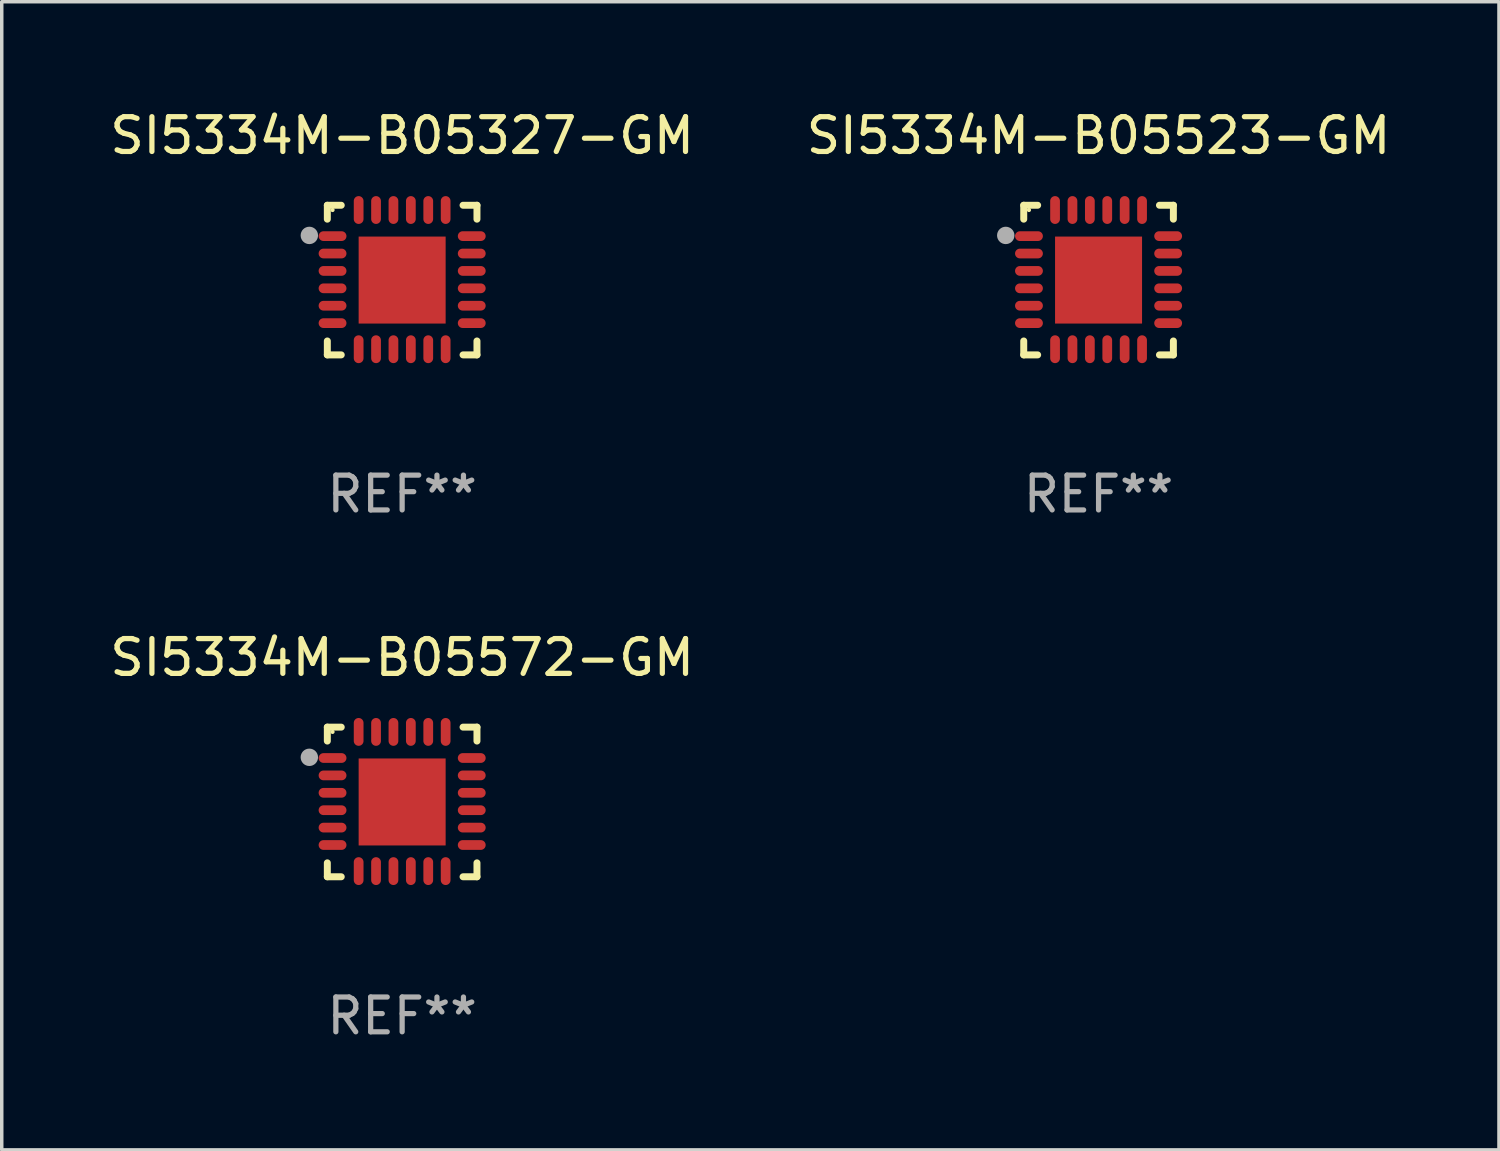
<source format=kicad_pcb>
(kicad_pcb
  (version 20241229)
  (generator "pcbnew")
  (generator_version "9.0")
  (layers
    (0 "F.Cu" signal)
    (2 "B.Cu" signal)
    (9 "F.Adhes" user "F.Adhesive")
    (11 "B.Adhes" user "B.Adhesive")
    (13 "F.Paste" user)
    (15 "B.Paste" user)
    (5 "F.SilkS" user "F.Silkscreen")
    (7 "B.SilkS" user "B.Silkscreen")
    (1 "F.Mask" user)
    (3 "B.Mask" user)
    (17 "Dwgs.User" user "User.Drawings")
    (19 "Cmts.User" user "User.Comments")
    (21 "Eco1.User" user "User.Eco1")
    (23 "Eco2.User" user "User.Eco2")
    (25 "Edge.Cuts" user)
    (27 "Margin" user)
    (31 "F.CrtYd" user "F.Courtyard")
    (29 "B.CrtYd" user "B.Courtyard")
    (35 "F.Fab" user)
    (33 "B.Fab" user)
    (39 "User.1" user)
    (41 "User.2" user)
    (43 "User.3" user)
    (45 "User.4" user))
  (footprint "SI5334M-B05523-GM"
    (layer "F.Cu")
    (at 28.518 4.998)
    (property "Reference" "SI5334M-B05523-GM" (at 0 -4.15 0) (layer "F.SilkS") (effects (font (size 1 1) (thickness 0.15))))
    (attr through_hole)
    (fp_line (start -2.15 -2.15) (end -1.75 -2.15) (stroke (width 0.2) (type solid)) (layer "F.SilkS"))
    (fp_line (start -2.15 -1.75) (end -2.15 -2.15) (stroke (width 0.2) (type solid)) (layer "F.SilkS"))
    (fp_line (start -2.15 2.15) (end -2.15 1.75) (stroke (width 0.2) (type solid)) (layer "F.SilkS"))
    (fp_line (start -1.75 2.15) (end -2.15 2.15) (stroke (width 0.2) (type solid)) (layer "F.SilkS"))
    (fp_line (start 1.75 -2.15) (end 2.15 -2.15) (stroke (width 0.2) (type solid)) (layer "F.SilkS"))
    (fp_line (start 1.75 2.15) (end 2.15 2.15) (stroke (width 0.2) (type solid)) (layer "F.SilkS"))
    (fp_line (start 2.15 -2.15) (end 2.15 -1.75) (stroke (width 0.2) (type solid)) (layer "F.SilkS"))
    (fp_line (start 2.15 2.15) (end 2.15 1.75) (stroke (width 0.2) (type solid)) (layer "F.SilkS"))
    (fp_circle (center -2 -2.013) (end -1.97 -2.013) (stroke (width 0.06) (type solid)) (fill no) (layer "F.SilkS"))
    (fp_circle (center -2.667 -1.283) (end -2.542 -1.283) (stroke (width 0.25) (type solid)) (fill no) (layer "F.Fab"))
    (fp_text user "REF**" (at 0 6.15 0) (layer "F.Fab") (effects (font (size 1 1) (thickness 0.15))))
    (pad "1" smd oval (at -2 -1.263) (size 0.8 0.28) (layers "F.Cu" "F.Mask" "F.Paste"))
    (pad "2" smd oval (at -2 -0.763) (size 0.8 0.28) (layers "F.Cu" "F.Mask" "F.Paste"))
    (pad "3" smd oval (at -2 -0.263) (size 0.8 0.28) (layers "F.Cu" "F.Mask" "F.Paste"))
    (pad "4" smd oval (at -2 0.237) (size 0.8 0.28) (layers "F.Cu" "F.Mask" "F.Paste"))
    (pad "5" smd oval (at -2 0.737) (size 0.8 0.28) (layers "F.Cu" "F.Mask" "F.Paste"))
    (pad "6" smd oval (at -2 1.237) (size 0.8 0.28) (layers "F.Cu" "F.Mask" "F.Paste"))
    (pad "7" smd oval (at -1.25 1.987) (size 0.28 0.8) (layers "F.Cu" "F.Mask" "F.Paste"))
    (pad "8" smd oval (at -0.75 1.987) (size 0.28 0.8) (layers "F.Cu" "F.Mask" "F.Paste"))
    (pad "9" smd oval (at -0.25 1.987) (size 0.28 0.8) (layers "F.Cu" "F.Mask" "F.Paste"))
    (pad "10" smd oval (at 0.25 1.987) (size 0.28 0.8) (layers "F.Cu" "F.Mask" "F.Paste"))
    (pad "11" smd oval (at 0.75 1.987) (size 0.28 0.8) (layers "F.Cu" "F.Mask" "F.Paste"))
    (pad "12" smd oval (at 1.25 1.987) (size 0.28 0.8) (layers "F.Cu" "F.Mask" "F.Paste"))
    (pad "13" smd oval (at 2 1.237) (size 0.8 0.28) (layers "F.Cu" "F.Mask" "F.Paste"))
    (pad "14" smd oval (at 2 0.737) (size 0.8 0.28) (layers "F.Cu" "F.Mask" "F.Paste"))
    (pad "15" smd oval (at 2 0.237) (size 0.8 0.28) (layers "F.Cu" "F.Mask" "F.Paste"))
    (pad "16" smd oval (at 2 -0.263) (size 0.8 0.28) (layers "F.Cu" "F.Mask" "F.Paste"))
    (pad "17" smd oval (at 2 -0.763) (size 0.8 0.28) (layers "F.Cu" "F.Mask" "F.Paste"))
    (pad "18" smd oval (at 2 -1.263) (size 0.8 0.28) (layers "F.Cu" "F.Mask" "F.Paste"))
    (pad "19" smd oval (at 1.25 -2.013) (size 0.28 0.8) (layers "F.Cu" "F.Mask" "F.Paste"))
    (pad "20" smd oval (at 0.75 -2.013) (size 0.28 0.8) (layers "F.Cu" "F.Mask" "F.Paste"))
    (pad "21" smd oval (at 0.25 -2.013) (size 0.28 0.8) (layers "F.Cu" "F.Mask" "F.Paste"))
    (pad "22" smd oval (at -0.25 -2.013) (size 0.28 0.8) (layers "F.Cu" "F.Mask" "F.Paste"))
    (pad "23" smd oval (at -0.75 -2.013) (size 0.28 0.8) (layers "F.Cu" "F.Mask" "F.Paste"))
    (pad "24" smd oval (at -1.25 -2.013) (size 0.28 0.8) (layers "F.Cu" "F.Mask" "F.Paste"))
    (pad "25" smd rect (at -0.000127 -0.00014) (size 2.5 2.5) (layers "F.Cu" "F.Mask" "F.Paste")))
  (footprint "SI5334M-B05572-GM"
    (layer "F.Cu")
    (at 8.506 19.995)
    (property "Reference" "SI5334M-B05572-GM" (at 0 -4.15 0) (layer "F.SilkS") (effects (font (size 1 1) (thickness 0.15))))
    (attr through_hole)
    (fp_line (start -2.15 -2.15) (end -1.75 -2.15) (stroke (width 0.2) (type solid)) (layer "F.SilkS"))
    (fp_line (start -2.15 -1.75) (end -2.15 -2.15) (stroke (width 0.2) (type solid)) (layer "F.SilkS"))
    (fp_line (start -2.15 2.15) (end -2.15 1.75) (stroke (width 0.2) (type solid)) (layer "F.SilkS"))
    (fp_line (start -1.75 2.15) (end -2.15 2.15) (stroke (width 0.2) (type solid)) (layer "F.SilkS"))
    (fp_line (start 1.75 -2.15) (end 2.15 -2.15) (stroke (width 0.2) (type solid)) (layer "F.SilkS"))
    (fp_line (start 1.75 2.15) (end 2.15 2.15) (stroke (width 0.2) (type solid)) (layer "F.SilkS"))
    (fp_line (start 2.15 -2.15) (end 2.15 -1.75) (stroke (width 0.2) (type solid)) (layer "F.SilkS"))
    (fp_line (start 2.15 2.15) (end 2.15 1.75) (stroke (width 0.2) (type solid)) (layer "F.SilkS"))
    (fp_circle (center -2 -2.013) (end -1.97 -2.013) (stroke (width 0.06) (type solid)) (fill no) (layer "F.SilkS"))
    (fp_circle (center -2.667 -1.283) (end -2.542 -1.283) (stroke (width 0.25) (type solid)) (fill no) (layer "F.Fab"))
    (fp_text user "REF**" (at 0 6.15 0) (layer "F.Fab") (effects (font (size 1 1) (thickness 0.15))))
    (pad "1" smd oval (at -2 -1.263) (size 0.8 0.28) (layers "F.Cu" "F.Mask" "F.Paste"))
    (pad "2" smd oval (at -2 -0.763) (size 0.8 0.28) (layers "F.Cu" "F.Mask" "F.Paste"))
    (pad "3" smd oval (at -2 -0.263) (size 0.8 0.28) (layers "F.Cu" "F.Mask" "F.Paste"))
    (pad "4" smd oval (at -2 0.237) (size 0.8 0.28) (layers "F.Cu" "F.Mask" "F.Paste"))
    (pad "5" smd oval (at -2 0.737) (size 0.8 0.28) (layers "F.Cu" "F.Mask" "F.Paste"))
    (pad "6" smd oval (at -2 1.237) (size 0.8 0.28) (layers "F.Cu" "F.Mask" "F.Paste"))
    (pad "7" smd oval (at -1.25 1.987) (size 0.28 0.8) (layers "F.Cu" "F.Mask" "F.Paste"))
    (pad "8" smd oval (at -0.75 1.987) (size 0.28 0.8) (layers "F.Cu" "F.Mask" "F.Paste"))
    (pad "9" smd oval (at -0.25 1.987) (size 0.28 0.8) (layers "F.Cu" "F.Mask" "F.Paste"))
    (pad "10" smd oval (at 0.25 1.987) (size 0.28 0.8) (layers "F.Cu" "F.Mask" "F.Paste"))
    (pad "11" smd oval (at 0.75 1.987) (size 0.28 0.8) (layers "F.Cu" "F.Mask" "F.Paste"))
    (pad "12" smd oval (at 1.25 1.987) (size 0.28 0.8) (layers "F.Cu" "F.Mask" "F.Paste"))
    (pad "13" smd oval (at 2 1.237) (size 0.8 0.28) (layers "F.Cu" "F.Mask" "F.Paste"))
    (pad "14" smd oval (at 2 0.737) (size 0.8 0.28) (layers "F.Cu" "F.Mask" "F.Paste"))
    (pad "15" smd oval (at 2 0.237) (size 0.8 0.28) (layers "F.Cu" "F.Mask" "F.Paste"))
    (pad "16" smd oval (at 2 -0.263) (size 0.8 0.28) (layers "F.Cu" "F.Mask" "F.Paste"))
    (pad "17" smd oval (at 2 -0.763) (size 0.8 0.28) (layers "F.Cu" "F.Mask" "F.Paste"))
    (pad "18" smd oval (at 2 -1.263) (size 0.8 0.28) (layers "F.Cu" "F.Mask" "F.Paste"))
    (pad "19" smd oval (at 1.25 -2.013) (size 0.28 0.8) (layers "F.Cu" "F.Mask" "F.Paste"))
    (pad "20" smd oval (at 0.75 -2.013) (size 0.28 0.8) (layers "F.Cu" "F.Mask" "F.Paste"))
    (pad "21" smd oval (at 0.25 -2.013) (size 0.28 0.8) (layers "F.Cu" "F.Mask" "F.Paste"))
    (pad "22" smd oval (at -0.25 -2.013) (size 0.28 0.8) (layers "F.Cu" "F.Mask" "F.Paste"))
    (pad "23" smd oval (at -0.75 -2.013) (size 0.28 0.8) (layers "F.Cu" "F.Mask" "F.Paste"))
    (pad "24" smd oval (at -1.25 -2.013) (size 0.28 0.8) (layers "F.Cu" "F.Mask" "F.Paste"))
    (pad "25" smd rect (at -0.000127 -0.00014) (size 2.5 2.5) (layers "F.Cu" "F.Mask" "F.Paste")))
  (footprint "SI5334M-B05327-GM"
    (layer "F.Cu")
    (at 8.506 4.998)
    (property "Reference" "SI5334M-B05327-GM" (at 0 -4.15 0) (layer "F.SilkS") (effects (font (size 1 1) (thickness 0.15))))
    (attr through_hole)
    (fp_line (start -2.15 -2.15) (end -1.75 -2.15) (stroke (width 0.2) (type solid)) (layer "F.SilkS"))
    (fp_line (start -2.15 -1.75) (end -2.15 -2.15) (stroke (width 0.2) (type solid)) (layer "F.SilkS"))
    (fp_line (start -2.15 2.15) (end -2.15 1.75) (stroke (width 0.2) (type solid)) (layer "F.SilkS"))
    (fp_line (start -1.75 2.15) (end -2.15 2.15) (stroke (width 0.2) (type solid)) (layer "F.SilkS"))
    (fp_line (start 1.75 -2.15) (end 2.15 -2.15) (stroke (width 0.2) (type solid)) (layer "F.SilkS"))
    (fp_line (start 1.75 2.15) (end 2.15 2.15) (stroke (width 0.2) (type solid)) (layer "F.SilkS"))
    (fp_line (start 2.15 -2.15) (end 2.15 -1.75) (stroke (width 0.2) (type solid)) (layer "F.SilkS"))
    (fp_line (start 2.15 2.15) (end 2.15 1.75) (stroke (width 0.2) (type solid)) (layer "F.SilkS"))
    (fp_circle (center -2 -2.013) (end -1.97 -2.013) (stroke (width 0.06) (type solid)) (fill no) (layer "F.SilkS"))
    (fp_circle (center -2.667 -1.283) (end -2.542 -1.283) (stroke (width 0.25) (type solid)) (fill no) (layer "F.Fab"))
    (fp_text user "REF**" (at 0 6.15 0) (layer "F.Fab") (effects (font (size 1 1) (thickness 0.15))))
    (pad "1" smd oval (at -2 -1.263) (size 0.8 0.28) (layers "F.Cu" "F.Mask" "F.Paste"))
    (pad "2" smd oval (at -2 -0.763) (size 0.8 0.28) (layers "F.Cu" "F.Mask" "F.Paste"))
    (pad "3" smd oval (at -2 -0.263) (size 0.8 0.28) (layers "F.Cu" "F.Mask" "F.Paste"))
    (pad "4" smd oval (at -2 0.237) (size 0.8 0.28) (layers "F.Cu" "F.Mask" "F.Paste"))
    (pad "5" smd oval (at -2 0.737) (size 0.8 0.28) (layers "F.Cu" "F.Mask" "F.Paste"))
    (pad "6" smd oval (at -2 1.237) (size 0.8 0.28) (layers "F.Cu" "F.Mask" "F.Paste"))
    (pad "7" smd oval (at -1.25 1.987) (size 0.28 0.8) (layers "F.Cu" "F.Mask" "F.Paste"))
    (pad "8" smd oval (at -0.75 1.987) (size 0.28 0.8) (layers "F.Cu" "F.Mask" "F.Paste"))
    (pad "9" smd oval (at -0.25 1.987) (size 0.28 0.8) (layers "F.Cu" "F.Mask" "F.Paste"))
    (pad "10" smd oval (at 0.25 1.987) (size 0.28 0.8) (layers "F.Cu" "F.Mask" "F.Paste"))
    (pad "11" smd oval (at 0.75 1.987) (size 0.28 0.8) (layers "F.Cu" "F.Mask" "F.Paste"))
    (pad "12" smd oval (at 1.25 1.987) (size 0.28 0.8) (layers "F.Cu" "F.Mask" "F.Paste"))
    (pad "13" smd oval (at 2 1.237) (size 0.8 0.28) (layers "F.Cu" "F.Mask" "F.Paste"))
    (pad "14" smd oval (at 2 0.737) (size 0.8 0.28) (layers "F.Cu" "F.Mask" "F.Paste"))
    (pad "15" smd oval (at 2 0.237) (size 0.8 0.28) (layers "F.Cu" "F.Mask" "F.Paste"))
    (pad "16" smd oval (at 2 -0.263) (size 0.8 0.28) (layers "F.Cu" "F.Mask" "F.Paste"))
    (pad "17" smd oval (at 2 -0.763) (size 0.8 0.28) (layers "F.Cu" "F.Mask" "F.Paste"))
    (pad "18" smd oval (at 2 -1.263) (size 0.8 0.28) (layers "F.Cu" "F.Mask" "F.Paste"))
    (pad "19" smd oval (at 1.25 -2.013) (size 0.28 0.8) (layers "F.Cu" "F.Mask" "F.Paste"))
    (pad "20" smd oval (at 0.75 -2.013) (size 0.28 0.8) (layers "F.Cu" "F.Mask" "F.Paste"))
    (pad "21" smd oval (at 0.25 -2.013) (size 0.28 0.8) (layers "F.Cu" "F.Mask" "F.Paste"))
    (pad "22" smd oval (at -0.25 -2.013) (size 0.28 0.8) (layers "F.Cu" "F.Mask" "F.Paste"))
    (pad "23" smd oval (at -0.75 -2.013) (size 0.28 0.8) (layers "F.Cu" "F.Mask" "F.Paste"))
    (pad "24" smd oval (at -1.25 -2.013) (size 0.28 0.8) (layers "F.Cu" "F.Mask" "F.Paste"))
    (pad "25" smd rect (at -0.000127 -0.00014) (size 2.5 2.5) (layers "F.Cu" "F.Mask" "F.Paste")))
  (gr_rect
    (start -3 -3)
    (end 40.024 29.993)
    (stroke (width 0.1) (type default))
    (fill no)
    (layer "Edge.Cuts")))
</source>
